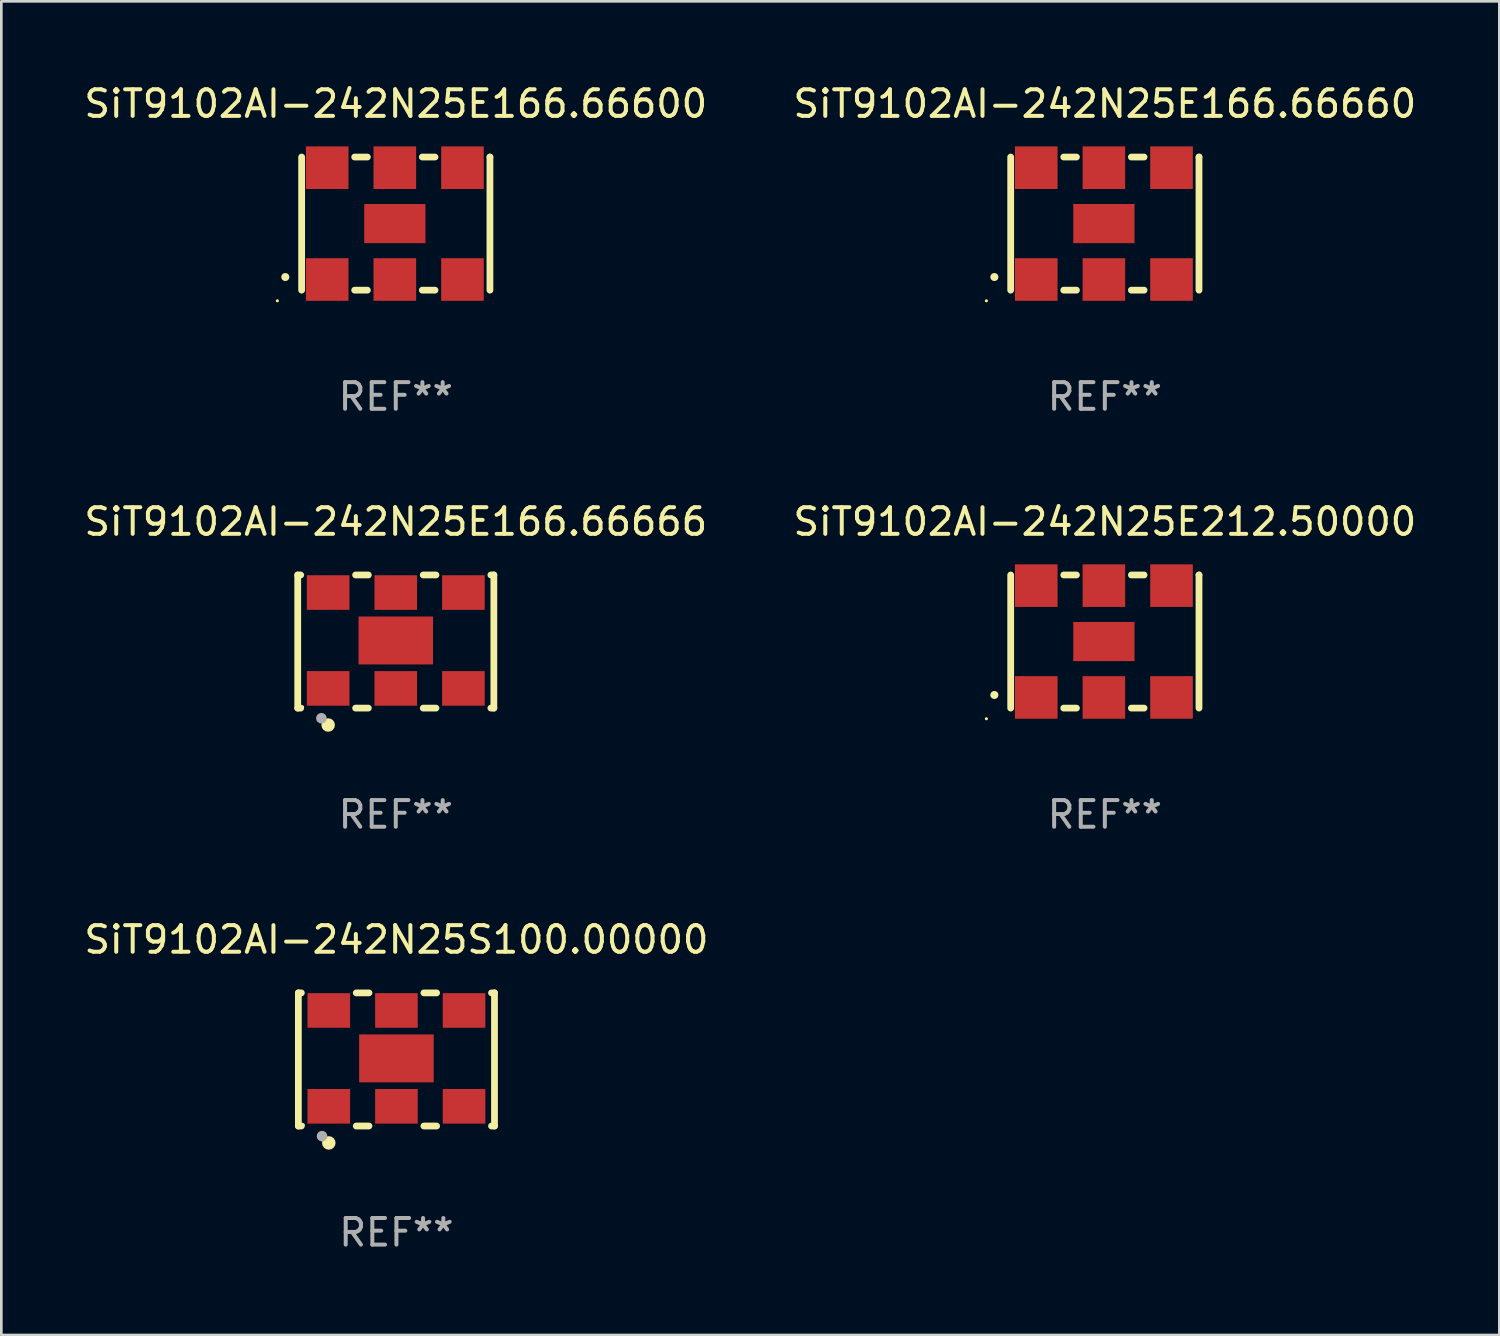
<source format=kicad_pcb>
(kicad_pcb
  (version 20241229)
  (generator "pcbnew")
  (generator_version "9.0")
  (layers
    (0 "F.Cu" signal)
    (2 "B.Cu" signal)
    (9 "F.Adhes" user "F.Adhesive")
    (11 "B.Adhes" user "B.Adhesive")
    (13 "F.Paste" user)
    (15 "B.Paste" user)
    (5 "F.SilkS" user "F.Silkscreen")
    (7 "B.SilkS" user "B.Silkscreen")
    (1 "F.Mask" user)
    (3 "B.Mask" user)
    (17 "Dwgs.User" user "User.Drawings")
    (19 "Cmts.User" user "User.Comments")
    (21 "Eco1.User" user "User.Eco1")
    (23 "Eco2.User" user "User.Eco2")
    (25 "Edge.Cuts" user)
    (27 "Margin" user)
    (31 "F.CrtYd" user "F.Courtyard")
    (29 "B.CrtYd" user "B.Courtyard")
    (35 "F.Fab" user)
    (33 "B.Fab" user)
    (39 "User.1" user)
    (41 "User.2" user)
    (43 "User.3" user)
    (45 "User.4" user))
  (footprint "SiT9102AI-242N25E166.66660"
    (layer "F.Cu")
    (at 38.446 5.348)
    (property "Reference" "SiT9102AI-242N25E166.66660" (at 0 -4.5 0) (layer "F.SilkS") (effects (font (size 1 1) (thickness 0.15))))
    (attr through_hole)
    (fp_line (start -3.536 -2.5) (end -3.536 2.5) (stroke (width 0.254) (type solid)) (layer "F.SilkS"))
    (fp_line (start -1.544 2.5) (end -1.067 2.5) (stroke (width 0.254) (type solid)) (layer "F.SilkS"))
    (fp_line (start -1.067 -2.5) (end -1.544 -2.5) (stroke (width 0.254) (type solid)) (layer "F.SilkS"))
    (fp_line (start 0.996 2.5) (end 1.473 2.5) (stroke (width 0.254) (type solid)) (layer "F.SilkS"))
    (fp_line (start 1.473 -2.5) (end 0.996 -2.5) (stroke (width 0.254) (type solid)) (layer "F.SilkS"))
    (fp_line (start 3.536 -2.5) (end 3.536 -2.5) (stroke (width 0.254) (type solid)) (layer "F.SilkS"))
    (fp_line (start 3.536 2.5) (end 3.536 -2.5) (stroke (width 0.254) (type solid)) (layer "F.SilkS"))
    (fp_arc (start -4.150432 2.006604) (mid -4.149162 2.006599) (end -4.147892 2.006604) (stroke (width 0.3) (type solid)) (layer "F.SilkS"))
    (fp_circle (center -4.449 2.9) (end -4.419 2.9) (stroke (width 0.06) (type solid)) (fill no) (layer "F.SilkS"))
    (fp_text user "REF**" (at 0 6.5 0) (layer "F.Fab") (effects (font (size 1 1) (thickness 0.15))))
    (pad "1" smd rect (at -2.576 2.1) (size 1.6 1.6) (layers "F.Cu" "F.Mask" "F.Paste"))
    (pad "2" smd rect (at -0.036 2.1) (size 1.6 1.6) (layers "F.Cu" "F.Mask" "F.Paste"))
    (pad "3" smd rect (at 2.504 2.1) (size 1.6 1.6) (layers "F.Cu" "F.Mask" "F.Paste"))
    (pad "4" smd rect (at 2.504 -2.1) (size 1.6 1.6) (layers "F.Cu" "F.Mask" "F.Paste"))
    (pad "5" smd rect (at -0.036 -2.1) (size 1.6 1.6) (layers "F.Cu" "F.Mask" "F.Paste"))
    (pad "6" smd rect (at -2.576 -2.1) (size 1.6 1.6) (layers "F.Cu" "F.Mask" "F.Paste"))
    (pad "7" smd rect (at -0.036 0) (size 2.3 1.47) (layers "F.Cu" "F.Mask" "F.Paste")))
  (footprint "SiT9102AI-242N25E212.50000"
    (layer "F.Cu")
    (at 38.446 21.045)
    (property "Reference" "SiT9102AI-242N25E212.50000" (at 0 -4.5 0) (layer "F.SilkS") (effects (font (size 1 1) (thickness 0.15))))
    (attr through_hole)
    (fp_line (start -3.536 -2.5) (end -3.536 2.5) (stroke (width 0.254) (type solid)) (layer "F.SilkS"))
    (fp_line (start -1.544 2.5) (end -1.067 2.5) (stroke (width 0.254) (type solid)) (layer "F.SilkS"))
    (fp_line (start -1.067 -2.5) (end -1.544 -2.5) (stroke (width 0.254) (type solid)) (layer "F.SilkS"))
    (fp_line (start 0.996 2.5) (end 1.473 2.5) (stroke (width 0.254) (type solid)) (layer "F.SilkS"))
    (fp_line (start 1.473 -2.5) (end 0.996 -2.5) (stroke (width 0.254) (type solid)) (layer "F.SilkS"))
    (fp_line (start 3.536 -2.5) (end 3.536 -2.5) (stroke (width 0.254) (type solid)) (layer "F.SilkS"))
    (fp_line (start 3.536 2.5) (end 3.536 -2.5) (stroke (width 0.254) (type solid)) (layer "F.SilkS"))
    (fp_arc (start -4.150432 2.006604) (mid -4.149162 2.006599) (end -4.147892 2.006604) (stroke (width 0.3) (type solid)) (layer "F.SilkS"))
    (fp_circle (center -4.449 2.9) (end -4.419 2.9) (stroke (width 0.06) (type solid)) (fill no) (layer "F.SilkS"))
    (fp_text user "REF**" (at 0 6.5 0) (layer "F.Fab") (effects (font (size 1 1) (thickness 0.15))))
    (pad "1" smd rect (at -2.576 2.1) (size 1.6 1.6) (layers "F.Cu" "F.Mask" "F.Paste"))
    (pad "2" smd rect (at -0.036 2.1) (size 1.6 1.6) (layers "F.Cu" "F.Mask" "F.Paste"))
    (pad "3" smd rect (at 2.504 2.1) (size 1.6 1.6) (layers "F.Cu" "F.Mask" "F.Paste"))
    (pad "4" smd rect (at 2.504 -2.1) (size 1.6 1.6) (layers "F.Cu" "F.Mask" "F.Paste"))
    (pad "5" smd rect (at -0.036 -2.1) (size 1.6 1.6) (layers "F.Cu" "F.Mask" "F.Paste"))
    (pad "6" smd rect (at -2.576 -2.1) (size 1.6 1.6) (layers "F.Cu" "F.Mask" "F.Paste"))
    (pad "7" smd rect (at -0.036 0) (size 2.3 1.47) (layers "F.Cu" "F.Mask" "F.Paste")))
  (footprint "SiT9102AI-242N25E166.66600"
    (layer "F.Cu")
    (at 11.815 5.348)
    (property "Reference" "SiT9102AI-242N25E166.66600" (at 0 -4.5 0) (layer "F.SilkS") (effects (font (size 1 1) (thickness 0.15))))
    (attr through_hole)
    (fp_line (start -3.536 -2.5) (end -3.536 2.5) (stroke (width 0.254) (type solid)) (layer "F.SilkS"))
    (fp_line (start -1.544 2.5) (end -1.067 2.5) (stroke (width 0.254) (type solid)) (layer "F.SilkS"))
    (fp_line (start -1.067 -2.5) (end -1.544 -2.5) (stroke (width 0.254) (type solid)) (layer "F.SilkS"))
    (fp_line (start 0.996 2.5) (end 1.473 2.5) (stroke (width 0.254) (type solid)) (layer "F.SilkS"))
    (fp_line (start 1.473 -2.5) (end 0.996 -2.5) (stroke (width 0.254) (type solid)) (layer "F.SilkS"))
    (fp_line (start 3.536 -2.5) (end 3.536 -2.5) (stroke (width 0.254) (type solid)) (layer "F.SilkS"))
    (fp_line (start 3.536 2.5) (end 3.536 -2.5) (stroke (width 0.254) (type solid)) (layer "F.SilkS"))
    (fp_arc (start -4.150432 2.006604) (mid -4.149162 2.006599) (end -4.147892 2.006604) (stroke (width 0.3) (type solid)) (layer "F.SilkS"))
    (fp_circle (center -4.449 2.9) (end -4.419 2.9) (stroke (width 0.06) (type solid)) (fill no) (layer "F.SilkS"))
    (fp_text user "REF**" (at 0 6.5 0) (layer "F.Fab") (effects (font (size 1 1) (thickness 0.15))))
    (pad "1" smd rect (at -2.576 2.1) (size 1.6 1.6) (layers "F.Cu" "F.Mask" "F.Paste"))
    (pad "2" smd rect (at -0.036 2.1) (size 1.6 1.6) (layers "F.Cu" "F.Mask" "F.Paste"))
    (pad "3" smd rect (at 2.504 2.1) (size 1.6 1.6) (layers "F.Cu" "F.Mask" "F.Paste"))
    (pad "4" smd rect (at 2.504 -2.1) (size 1.6 1.6) (layers "F.Cu" "F.Mask" "F.Paste"))
    (pad "5" smd rect (at -0.036 -2.1) (size 1.6 1.6) (layers "F.Cu" "F.Mask" "F.Paste"))
    (pad "6" smd rect (at -2.576 -2.1) (size 1.6 1.6) (layers "F.Cu" "F.Mask" "F.Paste"))
    (pad "7" smd rect (at -0.036 0) (size 2.3 1.47) (layers "F.Cu" "F.Mask" "F.Paste")))
  (footprint "SiT9102AI-242N25E166.66666"
    (layer "F.Cu")
    (at 11.815 21.045)
    (property "Reference" "SiT9102AI-242N25E166.66666" (at 0 -4.5 0) (layer "F.SilkS") (effects (font (size 1 1) (thickness 0.15))))
    (attr through_hole)
    (fp_line (start -3.683 -2.5) (end -3.571 -2.5) (stroke (width 0.254) (type solid)) (layer "F.SilkS"))
    (fp_line (start -3.683 2.5) (end -3.683 -2.5) (stroke (width 0.254) (type solid)) (layer "F.SilkS"))
    (fp_line (start -3.683 2.5) (end -3.571 2.5) (stroke (width 0.254) (type solid)) (layer "F.SilkS"))
    (fp_line (start -1.509 -2.5) (end -1.031 -2.5) (stroke (width 0.254) (type solid)) (layer "F.SilkS"))
    (fp_line (start -1.509 2.5) (end -1.031 2.5) (stroke (width 0.254) (type solid)) (layer "F.SilkS"))
    (fp_line (start 1.031 -2.5) (end 1.509 -2.5) (stroke (width 0.254) (type solid)) (layer "F.SilkS"))
    (fp_line (start 1.031 2.5) (end 1.509 2.5) (stroke (width 0.254) (type solid)) (layer "F.SilkS"))
    (fp_line (start 3.571 -2.5) (end 3.683 -2.5) (stroke (width 0.254) (type solid)) (layer "F.SilkS"))
    (fp_line (start 3.571 2.5) (end 3.683 2.5) (stroke (width 0.254) (type solid)) (layer "F.SilkS"))
    (fp_line (start 3.683 2.5) (end 3.683 -2.5) (stroke (width 0.254) (type solid)) (layer "F.SilkS"))
    (fp_circle (center -3.5 2.46) (end -3.47 2.46) (stroke (width 0.06) (type solid)) (fill no) (layer "F.SilkS"))
    (fp_circle (center -2.54 3.135) (end -2.413 3.135) (stroke (width 0.254) (type solid)) (fill no) (layer "F.SilkS"))
    (fp_circle (center -2.794 2.881) (end -2.694 2.881) (stroke (width 0.2) (type solid)) (fill no) (layer "F.Fab"))
    (fp_text user "REF**" (at 0 6.5 0) (layer "F.Fab") (effects (font (size 1 1) (thickness 0.15))))
    (pad "1" smd rect (at -2.54 1.76) (size 1.6 1.3) (layers "F.Cu" "F.Mask" "F.Paste"))
    (pad "2" smd rect (at 0 1.76) (size 1.6 1.3) (layers "F.Cu" "F.Mask" "F.Paste"))
    (pad "3" smd rect (at 2.54 1.76) (size 1.6 1.3) (layers "F.Cu" "F.Mask" "F.Paste"))
    (pad "4" smd rect (at 2.54 -1.84) (size 1.6 1.3) (layers "F.Cu" "F.Mask" "F.Paste"))
    (pad "5" smd rect (at 0 -1.84) (size 1.6 1.3) (layers "F.Cu" "F.Mask" "F.Paste"))
    (pad "6" smd rect (at -2.54 -1.84) (size 1.6 1.3) (layers "F.Cu" "F.Mask" "F.Paste"))
    (pad "7" smd rect (at 0 -0.04) (size 2.8 1.8) (layers "F.Cu" "F.Mask" "F.Paste")))
  (footprint "SiT9102AI-242N25S100.00000"
    (layer "F.Cu")
    (at 11.839 36.741)
    (property "Reference" "SiT9102AI-242N25S100.00000" (at 0 -4.5 0) (layer "F.SilkS") (effects (font (size 1 1) (thickness 0.15))))
    (attr through_hole)
    (fp_line (start -3.683 -2.5) (end -3.571 -2.5) (stroke (width 0.254) (type solid)) (layer "F.SilkS"))
    (fp_line (start -3.683 2.5) (end -3.683 -2.5) (stroke (width 0.254) (type solid)) (layer "F.SilkS"))
    (fp_line (start -3.683 2.5) (end -3.571 2.5) (stroke (width 0.254) (type solid)) (layer "F.SilkS"))
    (fp_line (start -1.509 -2.5) (end -1.031 -2.5) (stroke (width 0.254) (type solid)) (layer "F.SilkS"))
    (fp_line (start -1.509 2.5) (end -1.031 2.5) (stroke (width 0.254) (type solid)) (layer "F.SilkS"))
    (fp_line (start 1.031 -2.5) (end 1.509 -2.5) (stroke (width 0.254) (type solid)) (layer "F.SilkS"))
    (fp_line (start 1.031 2.5) (end 1.509 2.5) (stroke (width 0.254) (type solid)) (layer "F.SilkS"))
    (fp_line (start 3.571 -2.5) (end 3.683 -2.5) (stroke (width 0.254) (type solid)) (layer "F.SilkS"))
    (fp_line (start 3.571 2.5) (end 3.683 2.5) (stroke (width 0.254) (type solid)) (layer "F.SilkS"))
    (fp_line (start 3.683 2.5) (end 3.683 -2.5) (stroke (width 0.254) (type solid)) (layer "F.SilkS"))
    (fp_circle (center -3.5 2.46) (end -3.47 2.46) (stroke (width 0.06) (type solid)) (fill no) (layer "F.SilkS"))
    (fp_circle (center -2.54 3.135) (end -2.413 3.135) (stroke (width 0.254) (type solid)) (fill no) (layer "F.SilkS"))
    (fp_circle (center -2.794 2.881) (end -2.694 2.881) (stroke (width 0.2) (type solid)) (fill no) (layer "F.Fab"))
    (fp_text user "REF**" (at 0 6.5 0) (layer "F.Fab") (effects (font (size 1 1) (thickness 0.15))))
    (pad "1" smd rect (at -2.54 1.76) (size 1.6 1.3) (layers "F.Cu" "F.Mask" "F.Paste"))
    (pad "2" smd rect (at 0 1.76) (size 1.6 1.3) (layers "F.Cu" "F.Mask" "F.Paste"))
    (pad "3" smd rect (at 2.54 1.76) (size 1.6 1.3) (layers "F.Cu" "F.Mask" "F.Paste"))
    (pad "4" smd rect (at 2.54 -1.84) (size 1.6 1.3) (layers "F.Cu" "F.Mask" "F.Paste"))
    (pad "5" smd rect (at 0 -1.84) (size 1.6 1.3) (layers "F.Cu" "F.Mask" "F.Paste"))
    (pad "6" smd rect (at -2.54 -1.84) (size 1.6 1.3) (layers "F.Cu" "F.Mask" "F.Paste"))
    (pad "7" smd rect (at 0 -0.04) (size 2.8 1.8) (layers "F.Cu" "F.Mask" "F.Paste")))
  (gr_rect
    (start -3 -3)
    (end 53.262 47.09)
    (stroke (width 0.1) (type default))
    (fill no)
    (layer "Edge.Cuts")))
</source>
